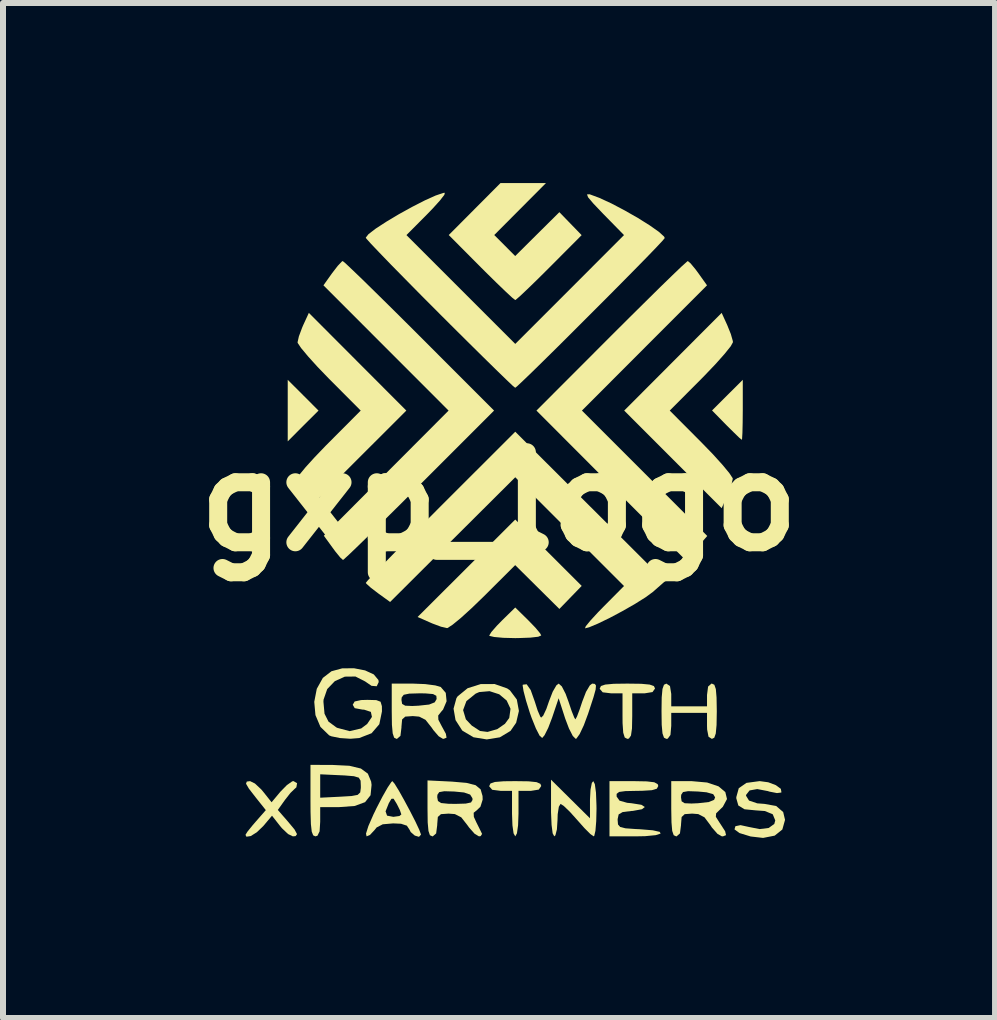
<source format=kicad_pcb>
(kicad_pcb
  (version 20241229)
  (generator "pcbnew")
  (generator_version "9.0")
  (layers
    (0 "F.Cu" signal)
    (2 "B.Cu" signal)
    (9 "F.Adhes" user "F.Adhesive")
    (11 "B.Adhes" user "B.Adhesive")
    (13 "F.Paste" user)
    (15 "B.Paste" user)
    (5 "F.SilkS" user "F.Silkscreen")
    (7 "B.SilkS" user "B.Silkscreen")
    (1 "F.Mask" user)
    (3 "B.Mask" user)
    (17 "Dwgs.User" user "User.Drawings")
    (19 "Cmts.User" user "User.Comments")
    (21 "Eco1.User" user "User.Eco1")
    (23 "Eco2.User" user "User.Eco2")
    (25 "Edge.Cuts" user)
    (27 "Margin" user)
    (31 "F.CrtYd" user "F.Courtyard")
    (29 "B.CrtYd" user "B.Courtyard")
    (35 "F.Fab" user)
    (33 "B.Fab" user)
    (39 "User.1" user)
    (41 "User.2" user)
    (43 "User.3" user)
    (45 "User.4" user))
  (footprint "gxp_logo"
    (layer "F.Cu")
    (at 5.264 5.307)
    (property "Reference" "gxp_logo" (at 0 0 0) (layer "F.SilkS") (effects (font (size 1.5 1.5) (thickness 0.3))))
    (attr board_only exclude_from_pos_files exclude_from_bom)
    (fp_poly (pts (xy -3.264 -1.773) (xy -3.007 -1.516) (xy -3.264 -1.26) (xy -3.52 -1.003) (xy -3.52 -1.516) (xy -3.52 -2.029)) (stroke (width 0) (type solid)) (fill yes) (layer "F.SilkS"))
    (fp_poly (pts (xy 4.062 -1.529) (xy 4.06 -1.312) (xy 4.056 -1.142) (xy 4.05 -1.044) (xy 4.046 -1.029) (xy 4.003 -1.064) (xy 3.907 -1.157) (xy 3.79 -1.273) (xy 3.55 -1.518) (xy 3.806 -1.774) (xy 4.062 -2.029)) (stroke (width 0) (type solid)) (fill yes) (layer "F.SilkS"))
    (fp_poly (pts (xy 0.487 1.977) (xy 0.606 2.1) (xy 0.685 2.195) (xy 0.704 2.231) (xy 0.654 2.252) (xy 0.522 2.267) (xy 0.332 2.274) (xy 0.271 2.275) (xy 0.07 2.27) (xy -0.082 2.256) (xy -0.158 2.238) (xy -0.162 2.231) (xy -0.127 2.173) (xy -0.034 2.067) (xy 0.054 1.977) (xy 0.271 1.765)) (stroke (width 0) (type solid)) (fill yes) (layer "F.SilkS"))
    (fp_poly (pts (xy 0.824 0.852) (xy 1.378 1.405) (xy 1.192 1.597) (xy 1.006 1.789) (xy 0.638 1.424) (xy 0.27 1.059) (xy -0.258 1.585) (xy -0.457 1.777) (xy -0.633 1.937) (xy -0.772 2.051) (xy -0.856 2.106) (xy -0.867 2.108) (xy -0.966 2.085) (xy -1.111 2.031) (xy -1.152 2.013) (xy -1.356 1.923) (xy -0.542 1.111) (xy 0.271 0.299)) (stroke (width 0) (type solid)) (fill yes) (layer "F.SilkS"))
    (fp_poly (pts (xy 3.193 -3.968) (xy 3.277 -3.866) (xy 3.322 -3.805) (xy 3.466 -3.603) (xy 2.424 -2.56) (xy 1.382 -1.516) (xy 2.426 -0.472) (xy 3.47 0.573) (xy 3.292 0.777) (xy 3.114 0.98) (xy 1.869 -0.268) (xy 0.624 -1.516) (xy 1.868 -2.762) (xy 2.17 -3.063) (xy 2.447 -3.337) (xy 2.69 -3.577) (xy 2.891 -3.772) (xy 3.039 -3.914) (xy 3.127 -3.993) (xy 3.146 -4.008)) (stroke (width 0) (type solid)) (fill yes) (layer "F.SilkS"))
    (fp_poly (pts (xy -2.356 -2.33) (xy -1.544 -1.516) (xy -2.362 -0.699) (xy -3.179 0.119) (xy -3.269 -0.104) (xy -3.323 -0.255) (xy -3.355 -0.369) (xy -3.358 -0.393) (xy -3.321 -0.453) (xy -3.222 -0.573) (xy -3.072 -0.738) (xy -2.888 -0.93) (xy -2.831 -0.987) (xy -2.304 -1.516) (xy -2.831 -2.045) (xy -3.023 -2.244) (xy -3.183 -2.421) (xy -3.298 -2.559) (xy -3.354 -2.643) (xy -3.356 -2.655) (xy -3.334 -2.753) (xy -3.28 -2.898) (xy -3.262 -2.94) (xy -3.168 -3.144)) (stroke (width 0) (type solid)) (fill yes) (layer "F.SilkS"))
    (fp_poly (pts (xy 0.352 -4.874) (xy -0.079 -4.441) (xy 0.096 -4.266) (xy 0.27 -4.091) (xy 0.638 -4.457) (xy 1.006 -4.822) (xy 1.192 -4.63) (xy 1.377 -4.439) (xy 0.838 -3.898) (xy 0.643 -3.704) (xy 0.475 -3.541) (xy 0.349 -3.422) (xy 0.279 -3.362) (xy 0.271 -3.358) (xy 0.224 -3.394) (xy 0.116 -3.494) (xy -0.039 -3.643) (xy -0.227 -3.828) (xy -0.298 -3.899) (xy -0.837 -4.441) (xy -0.406 -4.874) (xy 0.025 -5.307) (xy 0.404 -5.307) (xy 0.783 -5.307)) (stroke (width 0) (type solid)) (fill yes) (layer "F.SilkS"))
    (fp_poly (pts (xy 3.803 -2.94) (xy 3.863 -2.791) (xy 3.896 -2.675) (xy 3.898 -2.655) (xy 3.862 -2.589) (xy 3.762 -2.464) (xy 3.613 -2.296) (xy 3.428 -2.102) (xy 3.372 -2.045) (xy 2.845 -1.516) (xy 3.372 -0.987) (xy 3.564 -0.789) (xy 3.724 -0.612) (xy 3.838 -0.474) (xy 3.893 -0.39) (xy 3.895 -0.378) (xy 3.872 -0.28) (xy 3.818 -0.134) (xy 3.801 -0.094) (xy 3.71 0.11) (xy 2.898 -0.703) (xy 2.086 -1.516) (xy 2.898 -2.33) (xy 3.71 -3.144)) (stroke (width 0) (type solid)) (fill yes) (layer "F.SilkS"))
    (fp_poly (pts (xy 0.493 4.661) (xy 0.627 4.675) (xy 0.69 4.703) (xy 0.704 4.739) (xy 0.663 4.799) (xy 0.532 4.82) (xy 0.514 4.82) (xy 0.325 4.82) (xy 0.325 5.199) (xy 0.318 5.394) (xy 0.299 5.528) (xy 0.271 5.578) (xy 0.271 5.578) (xy 0.243 5.528) (xy 0.224 5.394) (xy 0.217 5.2) (xy 0.217 5.199) (xy 0.217 4.82) (xy 0.027 4.82) (xy -0.113 4.802) (xy -0.162 4.746) (xy -0.162 4.739) (xy -0.142 4.697) (xy -0.068 4.672) (xy 0.079 4.66) (xy 0.271 4.658)) (stroke (width 0) (type solid)) (fill yes) (layer "F.SilkS"))
    (fp_poly (pts (xy 2.369 3.036) (xy 2.51 3.049) (xy 2.581 3.074) (xy 2.6 3.114) (xy 2.558 3.174) (xy 2.427 3.195) (xy 2.41 3.195) (xy 2.22 3.195) (xy 2.22 3.574) (xy 2.216 3.78) (xy 2.199 3.898) (xy 2.165 3.948) (xy 2.139 3.954) (xy 2.095 3.931) (xy 2.07 3.851) (xy 2.059 3.693) (xy 2.058 3.574) (xy 2.058 3.195) (xy 1.868 3.195) (xy 1.728 3.178) (xy 1.679 3.121) (xy 1.679 3.114) (xy 1.699 3.073) (xy 1.77 3.049) (xy 1.912 3.036) (xy 2.139 3.033)) (stroke (width 0) (type solid)) (fill yes) (layer "F.SilkS"))
    (fp_poly (pts (xy -2.559 -3.971) (xy -2.448 -3.866) (xy -2.278 -3.703) (xy -2.06 -3.489) (xy -1.802 -3.235) (xy -1.515 -2.95) (xy -1.327 -2.762) (xy -0.082 -1.516) (xy -1.327 -0.271) (xy -1.628 0.03) (xy -1.905 0.304) (xy -2.147 0.543) (xy -2.347 0.738) (xy -2.495 0.88) (xy -2.581 0.959) (xy -2.599 0.973) (xy -2.644 0.933) (xy -2.727 0.831) (xy -2.772 0.77) (xy -2.918 0.569) (xy -1.879 -0.474) (xy -0.84 -1.516) (xy -1.883 -2.56) (xy -2.925 -3.603) (xy -2.781 -3.805) (xy -2.688 -3.926) (xy -2.62 -3.998) (xy -2.604 -4.008)) (stroke (width 0) (type solid)) (fill yes) (layer "F.SilkS"))
    (fp_poly (pts (xy 1.191 4.955) (xy 1.516 5.277) (xy 1.516 4.967) (xy 1.525 4.8) (xy 1.547 4.688) (xy 1.571 4.658) (xy 1.597 4.708) (xy 1.616 4.849) (xy 1.624 5.059) (xy 1.625 5.118) (xy 1.62 5.326) (xy 1.607 5.485) (xy 1.587 5.57) (xy 1.579 5.578) (xy 1.523 5.54) (xy 1.422 5.439) (xy 1.305 5.307) (xy 1.181 5.169) (xy 1.079 5.071) (xy 1.026 5.037) (xy 0.997 5.085) (xy 0.978 5.21) (xy 0.975 5.307) (xy 0.965 5.462) (xy 0.94 5.56) (xy 0.921 5.578) (xy 0.894 5.527) (xy 0.876 5.387) (xy 0.867 5.175) (xy 0.867 5.106) (xy 0.867 4.634)) (stroke (width 0) (type solid)) (fill yes) (layer "F.SilkS"))
    (fp_poly (pts (xy 1.519 0.082) (xy 2.767 1.327) (xy 2.562 1.507) (xy 2.442 1.595) (xy 2.265 1.706) (xy 2.057 1.825) (xy 1.843 1.939) (xy 1.649 2.033) (xy 1.501 2.095) (xy 1.433 2.112) (xy 1.446 2.077) (xy 1.523 1.983) (xy 1.649 1.846) (xy 1.734 1.759) (xy 2.083 1.407) (xy 1.177 0.501) (xy 0.271 -0.405) (xy -0.772 0.634) (xy -1.814 1.673) (xy -2.016 1.527) (xy -2.136 1.435) (xy -2.209 1.369) (xy -2.219 1.354) (xy -2.183 1.31) (xy -2.078 1.199) (xy -1.915 1.031) (xy -1.702 0.813) (xy -1.448 0.557) (xy -1.163 0.27) (xy -0.975 0.081) (xy 0.271 -1.164)) (stroke (width 0) (type solid)) (fill yes) (layer "F.SilkS"))
    (fp_poly (pts (xy 0.136 3.113) (xy 0.182 3.145) (xy 0.297 3.298) (xy 0.332 3.489) (xy 0.286 3.685) (xy 0.192 3.821) (xy 0.014 3.928) (xy -0.204 3.963) (xy -0.425 3.927) (xy -0.608 3.818) (xy -0.615 3.811) (xy -0.724 3.641) (xy -0.753 3.474) (xy -0.598 3.474) (xy -0.552 3.628) (xy -0.453 3.733) (xy -0.316 3.822) (xy -0.191 3.838) (xy -0.03 3.792) (xy 0.099 3.703) (xy 0.171 3.605) (xy 0.192 3.452) (xy 0.128 3.315) (xy 0.004 3.211) (xy -0.157 3.159) (xy -0.329 3.174) (xy -0.389 3.2) (xy -0.543 3.325) (xy -0.598 3.474) (xy -0.753 3.474) (xy -0.757 3.45) (xy -0.709 3.275) (xy -0.689 3.245) (xy -0.523 3.11) (xy -0.305 3.041) (xy -0.073 3.04)) (stroke (width 0) (type solid)) (fill yes) (layer "F.SilkS"))
    (fp_poly (pts (xy 3.588 3.052) (xy 3.613 3.124) (xy 3.625 3.266) (xy 3.629 3.493) (xy 3.625 3.723) (xy 3.612 3.864) (xy 3.587 3.935) (xy 3.547 3.954) (xy 3.491 3.918) (xy 3.468 3.799) (xy 3.466 3.737) (xy 3.466 3.52) (xy 3.168 3.52) (xy 2.87 3.52) (xy 2.87 3.737) (xy 2.857 3.888) (xy 2.812 3.95) (xy 2.789 3.954) (xy 2.749 3.934) (xy 2.724 3.862) (xy 2.711 3.72) (xy 2.708 3.493) (xy 2.711 3.263) (xy 2.724 3.122) (xy 2.749 3.052) (xy 2.789 3.033) (xy 2.849 3.074) (xy 2.87 3.205) (xy 2.87 3.222) (xy 2.87 3.412) (xy 3.168 3.412) (xy 3.466 3.412) (xy 3.466 3.222) (xy 3.484 3.082) (xy 3.54 3.033) (xy 3.547 3.033)) (stroke (width 0) (type solid)) (fill yes) (layer "F.SilkS"))
    (fp_poly (pts (xy -3.364 4.692) (xy -3.376 4.761) (xy -3.409 4.791) (xy -3.474 4.854) (xy -3.562 4.966) (xy -3.573 4.981) (xy -3.685 5.138) (xy -3.522 5.325) (xy -3.407 5.463) (xy -3.365 5.541) (xy -3.389 5.574) (xy -3.435 5.578) (xy -3.515 5.539) (xy -3.619 5.44) (xy -3.647 5.406) (xy -3.782 5.234) (xy -3.927 5.406) (xy -4.034 5.509) (xy -4.136 5.573) (xy -4.208 5.584) (xy -4.224 5.553) (xy -4.192 5.501) (xy -4.109 5.398) (xy -4.054 5.334) (xy -3.885 5.141) (xy -4.054 4.929) (xy -4.167 4.783) (xy -4.215 4.701) (xy -4.202 4.665) (xy -4.147 4.658) (xy -4.067 4.697) (xy -3.962 4.795) (xy -3.929 4.834) (xy -3.789 5.01) (xy -3.641 4.833) (xy -3.534 4.724) (xy -3.446 4.662) (xy -3.425 4.657)) (stroke (width 0) (type solid)) (fill yes) (layer "F.SilkS"))
    (fp_poly (pts (xy -2.776 4.388) (xy -2.493 4.402) (xy -2.301 4.448) (xy -2.185 4.533) (xy -2.13 4.666) (xy -2.123 4.721) (xy -2.14 4.893) (xy -2.231 5.008) (xy -2.406 5.072) (xy -2.666 5.091) (xy -2.979 5.091) (xy -2.979 5.335) (xy -2.989 5.495) (xy -3.025 5.568) (xy -3.06 5.578) (xy -3.096 5.561) (xy -3.12 5.499) (xy -3.134 5.374) (xy -3.14 5.169) (xy -3.141 4.983) (xy -3.141 4.739) (xy -2.979 4.739) (xy -2.979 4.934) (xy -2.64 4.917) (xy -2.456 4.906) (xy -2.355 4.887) (xy -2.312 4.846) (xy -2.302 4.771) (xy -2.302 4.739) (xy -2.306 4.65) (xy -2.336 4.6) (xy -2.417 4.576) (xy -2.573 4.563) (xy -2.64 4.56) (xy -2.979 4.544) (xy -2.979 4.739) (xy -3.141 4.739) (xy -3.141 4.387)) (stroke (width 0) (type solid)) (fill yes) (layer "F.SilkS"))
    (fp_poly (pts (xy 2.462 4.662) (xy 2.588 4.677) (xy 2.644 4.708) (xy 2.654 4.739) (xy 2.63 4.784) (xy 2.547 4.809) (xy 2.383 4.819) (xy 2.298 4.82) (xy 2.106 4.824) (xy 2.001 4.838) (xy 1.96 4.87) (xy 1.96 4.915) (xy 2.008 4.983) (xy 2.135 5.019) (xy 2.207 5.026) (xy 2.372 5.052) (xy 2.43 5.089) (xy 2.383 5.126) (xy 2.23 5.154) (xy 2.207 5.155) (xy 2.061 5.173) (xy 1.994 5.212) (xy 1.977 5.29) (xy 1.977 5.307) (xy 1.983 5.38) (xy 2.019 5.422) (xy 2.108 5.444) (xy 2.274 5.456) (xy 2.342 5.459) (xy 2.562 5.477) (xy 2.678 5.503) (xy 2.693 5.532) (xy 2.611 5.558) (xy 2.434 5.575) (xy 2.275 5.578) (xy 1.841 5.578) (xy 1.841 5.118) (xy 1.841 4.658) (xy 2.248 4.658)) (stroke (width 0) (type solid)) (fill yes) (layer "F.SilkS"))
    (fp_poly (pts (xy -1.739 4.702) (xy -1.668 4.817) (xy -1.578 4.978) (xy -1.482 5.157) (xy -1.394 5.329) (xy -1.329 5.467) (xy -1.3 5.546) (xy -1.3 5.55) (xy -1.333 5.586) (xy -1.403 5.565) (xy -1.471 5.506) (xy -1.489 5.47) (xy -1.535 5.4) (xy -1.632 5.368) (xy -1.763 5.362) (xy -1.937 5.377) (xy -2.039 5.43) (xy -2.071 5.47) (xy -2.15 5.555) (xy -2.206 5.578) (xy -2.216 5.533) (xy -2.176 5.406) (xy -2.089 5.207) (xy -2.066 5.161) (xy -1.89 5.161) (xy -1.865 5.233) (xy -1.76 5.253) (xy -1.659 5.239) (xy -1.627 5.213) (xy -1.652 5.139) (xy -1.701 5.041) (xy -1.756 4.951) (xy -1.792 4.952) (xy -1.835 5.024) (xy -1.89 5.161) (xy -2.066 5.161) (xy -2.046 5.118) (xy -1.943 4.919) (xy -1.855 4.764) (xy -1.794 4.673) (xy -1.776 4.658)) (stroke (width 0) (type solid)) (fill yes) (layer "F.SilkS"))
    (fp_poly (pts (xy 4.486 4.677) (xy 4.613 4.725) (xy 4.696 4.786) (xy 4.706 4.843) (xy 4.702 4.848) (xy 4.631 4.857) (xy 4.504 4.832) (xy 4.48 4.824) (xy 4.303 4.79) (xy 4.175 4.813) (xy 4.117 4.887) (xy 4.116 4.901) (xy 4.166 4.982) (xy 4.303 5.028) (xy 4.422 5.037) (xy 4.618 5.072) (xy 4.735 5.173) (xy 4.766 5.303) (xy 4.721 5.464) (xy 4.594 5.566) (xy 4.4 5.604) (xy 4.193 5.58) (xy 4.007 5.523) (xy 3.924 5.462) (xy 3.939 5.409) (xy 4.024 5.391) (xy 4.161 5.421) (xy 4.343 5.457) (xy 4.494 5.438) (xy 4.587 5.371) (xy 4.603 5.312) (xy 4.561 5.21) (xy 4.43 5.156) (xy 4.278 5.145) (xy 4.091 5.127) (xy 3.988 5.064) (xy 3.954 4.945) (xy 3.954 4.924) (xy 3.995 4.776) (xy 4.123 4.687) (xy 4.34 4.658) (xy 4.346 4.658)) (stroke (width 0) (type solid)) (fill yes) (layer "F.SilkS"))
    (fp_poly (pts (xy -2.231 2.813) (xy -2.086 2.88) (xy -2.009 2.973) (xy -2.004 3.007) (xy -2.037 3.077) (xy -2.124 3.07) (xy -2.23 2.997) (xy -2.391 2.915) (xy -2.568 2.917) (xy -2.735 2.992) (xy -2.862 3.124) (xy -2.923 3.3) (xy -2.925 3.336) (xy -2.907 3.535) (xy -2.841 3.666) (xy -2.709 3.763) (xy -2.695 3.77) (xy -2.489 3.825) (xy -2.296 3.78) (xy -2.197 3.706) (xy -2.117 3.588) (xy -2.135 3.504) (xy -2.248 3.467) (xy -2.275 3.466) (xy -2.404 3.442) (xy -2.437 3.385) (xy -2.405 3.331) (xy -2.297 3.307) (xy -2.193 3.304) (xy -2.044 3.308) (xy -1.973 3.335) (xy -1.951 3.409) (xy -1.95 3.496) (xy -1.994 3.71) (xy -2.123 3.86) (xy -2.329 3.94) (xy -2.475 3.952) (xy -2.651 3.94) (xy -2.792 3.911) (xy -2.83 3.895) (xy -2.975 3.754) (xy -3.058 3.558) (xy -3.078 3.337) (xy -3.036 3.12) (xy -2.935 2.938) (xy -2.791 2.827) (xy -2.613 2.779) (xy -2.417 2.777)) (stroke (width 0) (type solid)) (fill yes) (layer "F.SilkS"))
    (fp_poly (pts (xy 1.597 3.038) (xy 1.616 3.065) (xy 1.61 3.133) (xy 1.574 3.262) (xy 1.506 3.47) (xy 1.485 3.534) (xy 1.413 3.728) (xy 1.344 3.874) (xy 1.29 3.949) (xy 1.279 3.954) (xy 1.23 3.906) (xy 1.166 3.781) (xy 1.103 3.615) (xy 0.994 3.277) (xy 0.886 3.598) (xy 0.821 3.769) (xy 0.759 3.893) (xy 0.72 3.939) (xy 0.677 3.901) (xy 0.615 3.781) (xy 0.543 3.602) (xy 0.514 3.52) (xy 0.451 3.318) (xy 0.409 3.157) (xy 0.394 3.064) (xy 0.397 3.051) (xy 0.461 3.044) (xy 0.528 3.14) (xy 0.596 3.331) (xy 0.644 3.481) (xy 0.687 3.581) (xy 0.702 3.6) (xy 0.737 3.566) (xy 0.789 3.455) (xy 0.833 3.328) (xy 0.895 3.168) (xy 0.957 3.061) (xy 0.995 3.033) (xy 1.047 3.08) (xy 1.11 3.203) (xy 1.157 3.331) (xy 1.211 3.491) (xy 1.254 3.599) (xy 1.273 3.629) (xy 1.299 3.582) (xy 1.345 3.46) (xy 1.388 3.331) (xy 1.45 3.17) (xy 1.514 3.062) (xy 1.553 3.033)) (stroke (width 0) (type solid)) (fill yes) (layer "F.SilkS"))
    (fp_poly (pts (xy 3.468 4.681) (xy 3.658 4.745) (xy 3.771 4.84) (xy 3.799 4.956) (xy 3.73 5.085) (xy 3.686 5.128) (xy 3.618 5.194) (xy 3.613 5.252) (xy 3.673 5.347) (xy 3.686 5.366) (xy 3.768 5.493) (xy 3.783 5.558) (xy 3.732 5.578) (xy 3.714 5.578) (xy 3.64 5.536) (xy 3.547 5.43) (xy 3.52 5.389) (xy 3.424 5.261) (xy 3.32 5.207) (xy 3.218 5.199) (xy 3.094 5.208) (xy 3.043 5.256) (xy 3.033 5.377) (xy 3.033 5.389) (xy 3.015 5.529) (xy 2.959 5.578) (xy 2.952 5.578) (xy 2.911 5.559) (xy 2.886 5.487) (xy 2.874 5.345) (xy 2.87 5.118) (xy 2.87 4.928) (xy 3.033 4.928) (xy 3.043 4.994) (xy 3.093 5.026) (xy 3.207 5.031) (xy 3.317 5.026) (xy 3.496 5.006) (xy 3.584 4.97) (xy 3.601 4.928) (xy 3.569 4.875) (xy 3.458 4.844) (xy 3.317 4.831) (xy 3.151 4.825) (xy 3.066 4.84) (xy 3.036 4.885) (xy 3.033 4.928) (xy 2.87 4.928) (xy 2.87 4.658) (xy 3.21 4.658)) (stroke (width 0) (type solid)) (fill yes) (layer "F.SilkS"))
    (fp_poly (pts (xy -1.23 3.041) (xy -1.061 3.063) (xy -0.971 3.089) (xy -0.887 3.187) (xy -0.873 3.327) (xy -0.932 3.466) (xy -0.957 3.494) (xy -1.013 3.565) (xy -1.01 3.635) (xy -0.957 3.737) (xy -0.885 3.869) (xy -0.874 3.934) (xy -0.921 3.953) (xy -0.934 3.953) (xy -1.004 3.911) (xy -1.095 3.806) (xy -1.124 3.763) (xy -1.225 3.636) (xy -1.331 3.583) (xy -1.436 3.574) (xy -1.562 3.583) (xy -1.614 3.63) (xy -1.625 3.75) (xy -1.625 3.764) (xy -1.642 3.904) (xy -1.699 3.953) (xy -1.706 3.954) (xy -1.747 3.934) (xy -1.771 3.862) (xy -1.784 3.72) (xy -1.787 3.493) (xy -1.787 3.306) (xy -1.625 3.306) (xy -1.614 3.371) (xy -1.562 3.401) (xy -1.445 3.406) (xy -1.341 3.401) (xy -1.164 3.382) (xy -1.071 3.345) (xy -1.039 3.29) (xy -1.044 3.236) (xy -1.099 3.207) (xy -1.229 3.196) (xy -1.323 3.195) (xy -1.496 3.2) (xy -1.587 3.219) (xy -1.621 3.263) (xy -1.625 3.306) (xy -1.787 3.306) (xy -1.787 3.033) (xy -1.432 3.033)) (stroke (width 0) (type solid)) (fill yes) (layer "F.SilkS"))
    (fp_poly (pts (xy -0.783 4.666) (xy -0.541 4.687) (xy -0.389 4.726) (xy -0.306 4.795) (xy -0.274 4.906) (xy -0.272 4.966) (xy -0.309 5.084) (xy -0.363 5.137) (xy -0.422 5.185) (xy -0.419 5.253) (xy -0.378 5.343) (xy -0.318 5.463) (xy -0.282 5.537) (xy -0.282 5.538) (xy -0.305 5.574) (xy -0.334 5.578) (xy -0.406 5.535) (xy -0.499 5.43) (xy -0.529 5.388) (xy -0.629 5.261) (xy -0.735 5.207) (xy -0.84 5.199) (xy -0.967 5.208) (xy -1.019 5.255) (xy -1.029 5.375) (xy -1.029 5.389) (xy -1.047 5.529) (xy -1.103 5.578) (xy -1.11 5.578) (xy -1.151 5.559) (xy -1.175 5.488) (xy -1.188 5.346) (xy -1.191 5.116) (xy -1.191 5.112) (xy -1.191 4.926) (xy -1.029 4.926) (xy -1.017 4.989) (xy -0.964 5.023) (xy -0.844 5.035) (xy -0.727 5.037) (xy -0.554 5.032) (xy -0.466 5.013) (xy -0.441 4.971) (xy -0.443 4.942) (xy -0.481 4.882) (xy -0.582 4.847) (xy -0.745 4.831) (xy -0.911 4.826) (xy -0.996 4.841) (xy -1.026 4.885) (xy -1.029 4.926) (xy -1.191 4.926) (xy -1.191 4.646)) (stroke (width 0) (type solid)) (fill yes) (layer "F.SilkS"))
    (fp_poly (pts (xy -0.911 -5.11) (xy -0.984 -5.016) (xy -1.107 -4.88) (xy -1.192 -4.792) (xy -1.542 -4.44) (xy -0.635 -3.533) (xy 0.271 -2.627) (xy 1.177 -3.533) (xy 2.083 -4.44) (xy 1.732 -4.798) (xy 1.572 -4.966) (xy 1.485 -5.069) (xy 1.466 -5.118) (xy 1.507 -5.12) (xy 1.516 -5.118) (xy 1.675 -5.059) (xy 1.876 -4.966) (xy 2.096 -4.85) (xy 2.315 -4.725) (xy 2.511 -4.602) (xy 2.663 -4.495) (xy 2.75 -4.416) (xy 2.762 -4.391) (xy 2.725 -4.346) (xy 2.623 -4.237) (xy 2.465 -4.073) (xy 2.263 -3.867) (xy 2.029 -3.63) (xy 1.772 -3.371) (xy 1.505 -3.104) (xy 1.239 -2.838) (xy 0.984 -2.584) (xy 0.752 -2.355) (xy 0.553 -2.16) (xy 0.399 -2.012) (xy 0.301 -1.92) (xy 0.27 -1.896) (xy 0.226 -1.932) (xy 0.116 -2.037) (xy -0.052 -2.2) (xy -0.269 -2.413) (xy -0.526 -2.667) (xy -0.812 -2.951) (xy -0.989 -3.128) (xy -1.288 -3.428) (xy -1.56 -3.704) (xy -1.798 -3.946) (xy -1.991 -4.146) (xy -2.131 -4.293) (xy -2.208 -4.379) (xy -2.22 -4.397) (xy -2.175 -4.455) (xy -2.054 -4.548) (xy -1.877 -4.663) (xy -1.668 -4.788) (xy -1.447 -4.91) (xy -1.236 -5.018) (xy -1.056 -5.099) (xy -0.93 -5.142) (xy -0.902 -5.145)) (stroke (width 0) (type solid)) (fill yes) (layer "F.SilkS")))
  (gr_rect
    (start -3 -3)
    (end 13.529 13.912)
    (stroke (width 0.1) (type default))
    (fill no)
    (layer "Edge.Cuts")))
</source>
